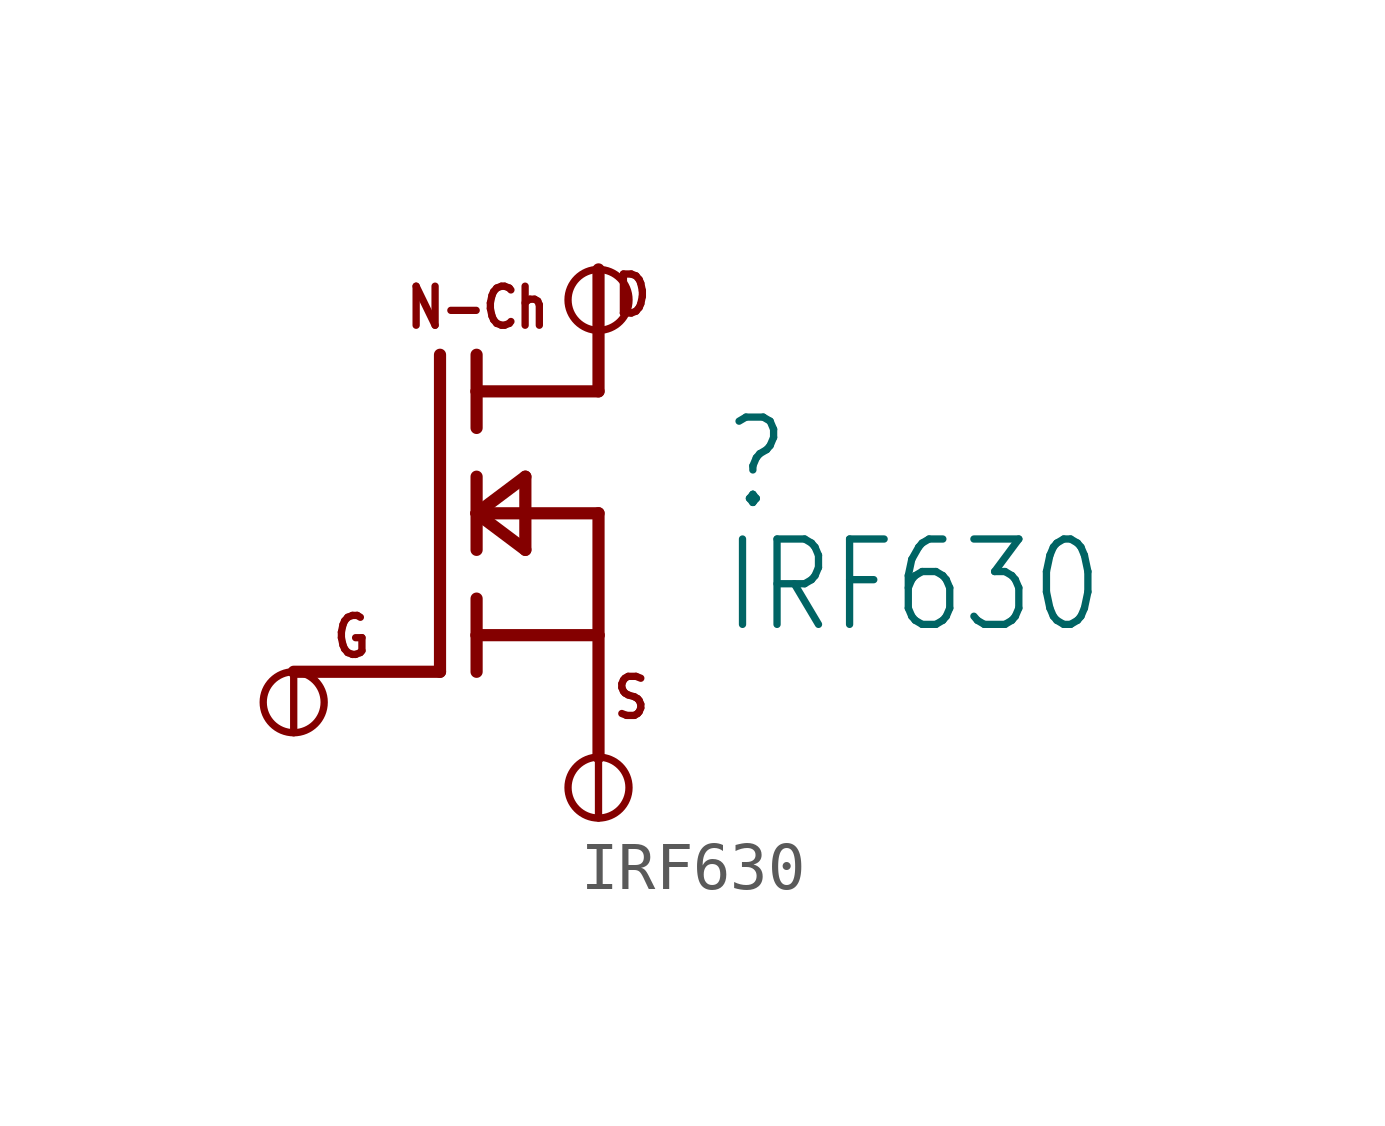
<source format=kicad_sym>
(kicad_symbol_lib
  (version 20211014)
  (generator kicad_symbol_editor)
  (symbol "IRF630"
    (property "Reference" ""
      (at 5.08 0 0)
      (effects (font (size 1.778 1.511)) (justify left bottom)))
    (property "Value" "IRF630"
      (at 5.08 -2.54 0)
      (effects (font (size 1.778 1.511)) (justify left bottom)))
    (property "ki_locked" ""
      (at 0 0 0)
      (effects (font (size 1.27 1.27))))
    (symbol "IRF630_1_0"
      (polyline (pts (xy -0.762 -3.302) (xy -3.81 -3.302)) (stroke (width 0.254) (type default) (color 0 0 0 0)) (fill (type none)))
      (polyline (pts (xy -0.762 3.302) (xy -0.762 -3.302)) (stroke (width 0.254) (type default) (color 0 0 0 0)) (fill (type none)))
      (polyline (pts (xy 0 -2.54) (xy 0 -3.302)) (stroke (width 0.254) (type default) (color 0 0 0 0)) (fill (type none)))
      (polyline (pts (xy 0 -2.54) (xy 2.54 -2.54)) (stroke (width 0.254) (type default) (color 0 0 0 0)) (fill (type none)))
      (polyline (pts (xy 0 -1.778) (xy 0 -2.54)) (stroke (width 0.254) (type default) (color 0 0 0 0)) (fill (type none)))
      (polyline (pts (xy 0 0) (xy 0 -0.762)) (stroke (width 0.254) (type default) (color 0 0 0 0)) (fill (type none)))
      (polyline (pts (xy 0 0) (xy 1.016 -0.762)) (stroke (width 0.254) (type default) (color 0 0 0 0)) (fill (type none)))
      (polyline (pts (xy 0 0) (xy 1.016 0.762)) (stroke (width 0.254) (type default) (color 0 0 0 0)) (fill (type none)))
      (polyline (pts (xy 0 0) (xy 2.54 0)) (stroke (width 0.254) (type default) (color 0 0 0 0)) (fill (type none)))
      (polyline (pts (xy 0 0.762) (xy 0 0)) (stroke (width 0.254) (type default) (color 0 0 0 0)) (fill (type none)))
      (polyline (pts (xy 0 2.54) (xy 0 1.778)) (stroke (width 0.254) (type default) (color 0 0 0 0)) (fill (type none)))
      (polyline (pts (xy 0 2.54) (xy 2.54 2.54)) (stroke (width 0.254) (type default) (color 0 0 0 0)) (fill (type none)))
      (polyline (pts (xy 0 3.302) (xy 0 2.54)) (stroke (width 0.254) (type default) (color 0 0 0 0)) (fill (type none)))
      (polyline (pts (xy 1.016 0.762) (xy 1.016 -0.762)) (stroke (width 0.254) (type default) (color 0 0 0 0)) (fill (type none)))
      (polyline (pts (xy 2.54 -2.54) (xy 2.54 -5.08)) (stroke (width 0.254) (type default) (color 0 0 0 0)) (fill (type none)))
      (polyline (pts (xy 2.54 -2.54) (xy 2.54 0)) (stroke (width 0.254) (type default) (color 0 0 0 0)) (fill (type none)))
      (polyline (pts (xy 2.54 2.54) (xy 2.54 5.08)) (stroke (width 0.254) (type default) (color 0 0 0 0)) (fill (type none)))
      (text "D" (at 2.794 4.064 0) (effects (font (size 0.813 0.691)) (justify left bottom)))
      (text "G" (at -3.048 -3.048 0) (effects (font (size 0.813 0.691)) (justify left bottom)))
      (text "N-Ch" (at -1.524 3.81 0) (effects (font (size 0.813 0.691)) (justify left bottom)))
      (text "S" (at 2.794 -4.318 0) (effects (font (size 0.813 0.691)) (justify left bottom)))
      (pin bidirectional inverted (at -3.81 -3.302 90) (length 0) (name "GATE" (effects (font (size 0 0)))) (number "1" (effects (font (size 0 0)))))
      (pin bidirectional inverted (at 2.54 5.08 90) (length 0) (name "DRAIN" (effects (font (size 0 0)))) (number "2" (effects (font (size 0 0)))))
      (pin bidirectional inverted (at 2.54 -5.08 90) (length 0) (name "SOURCE" (effects (font (size 0 0)))) (number "3" (effects (font (size 0 0))))))))
</source>
